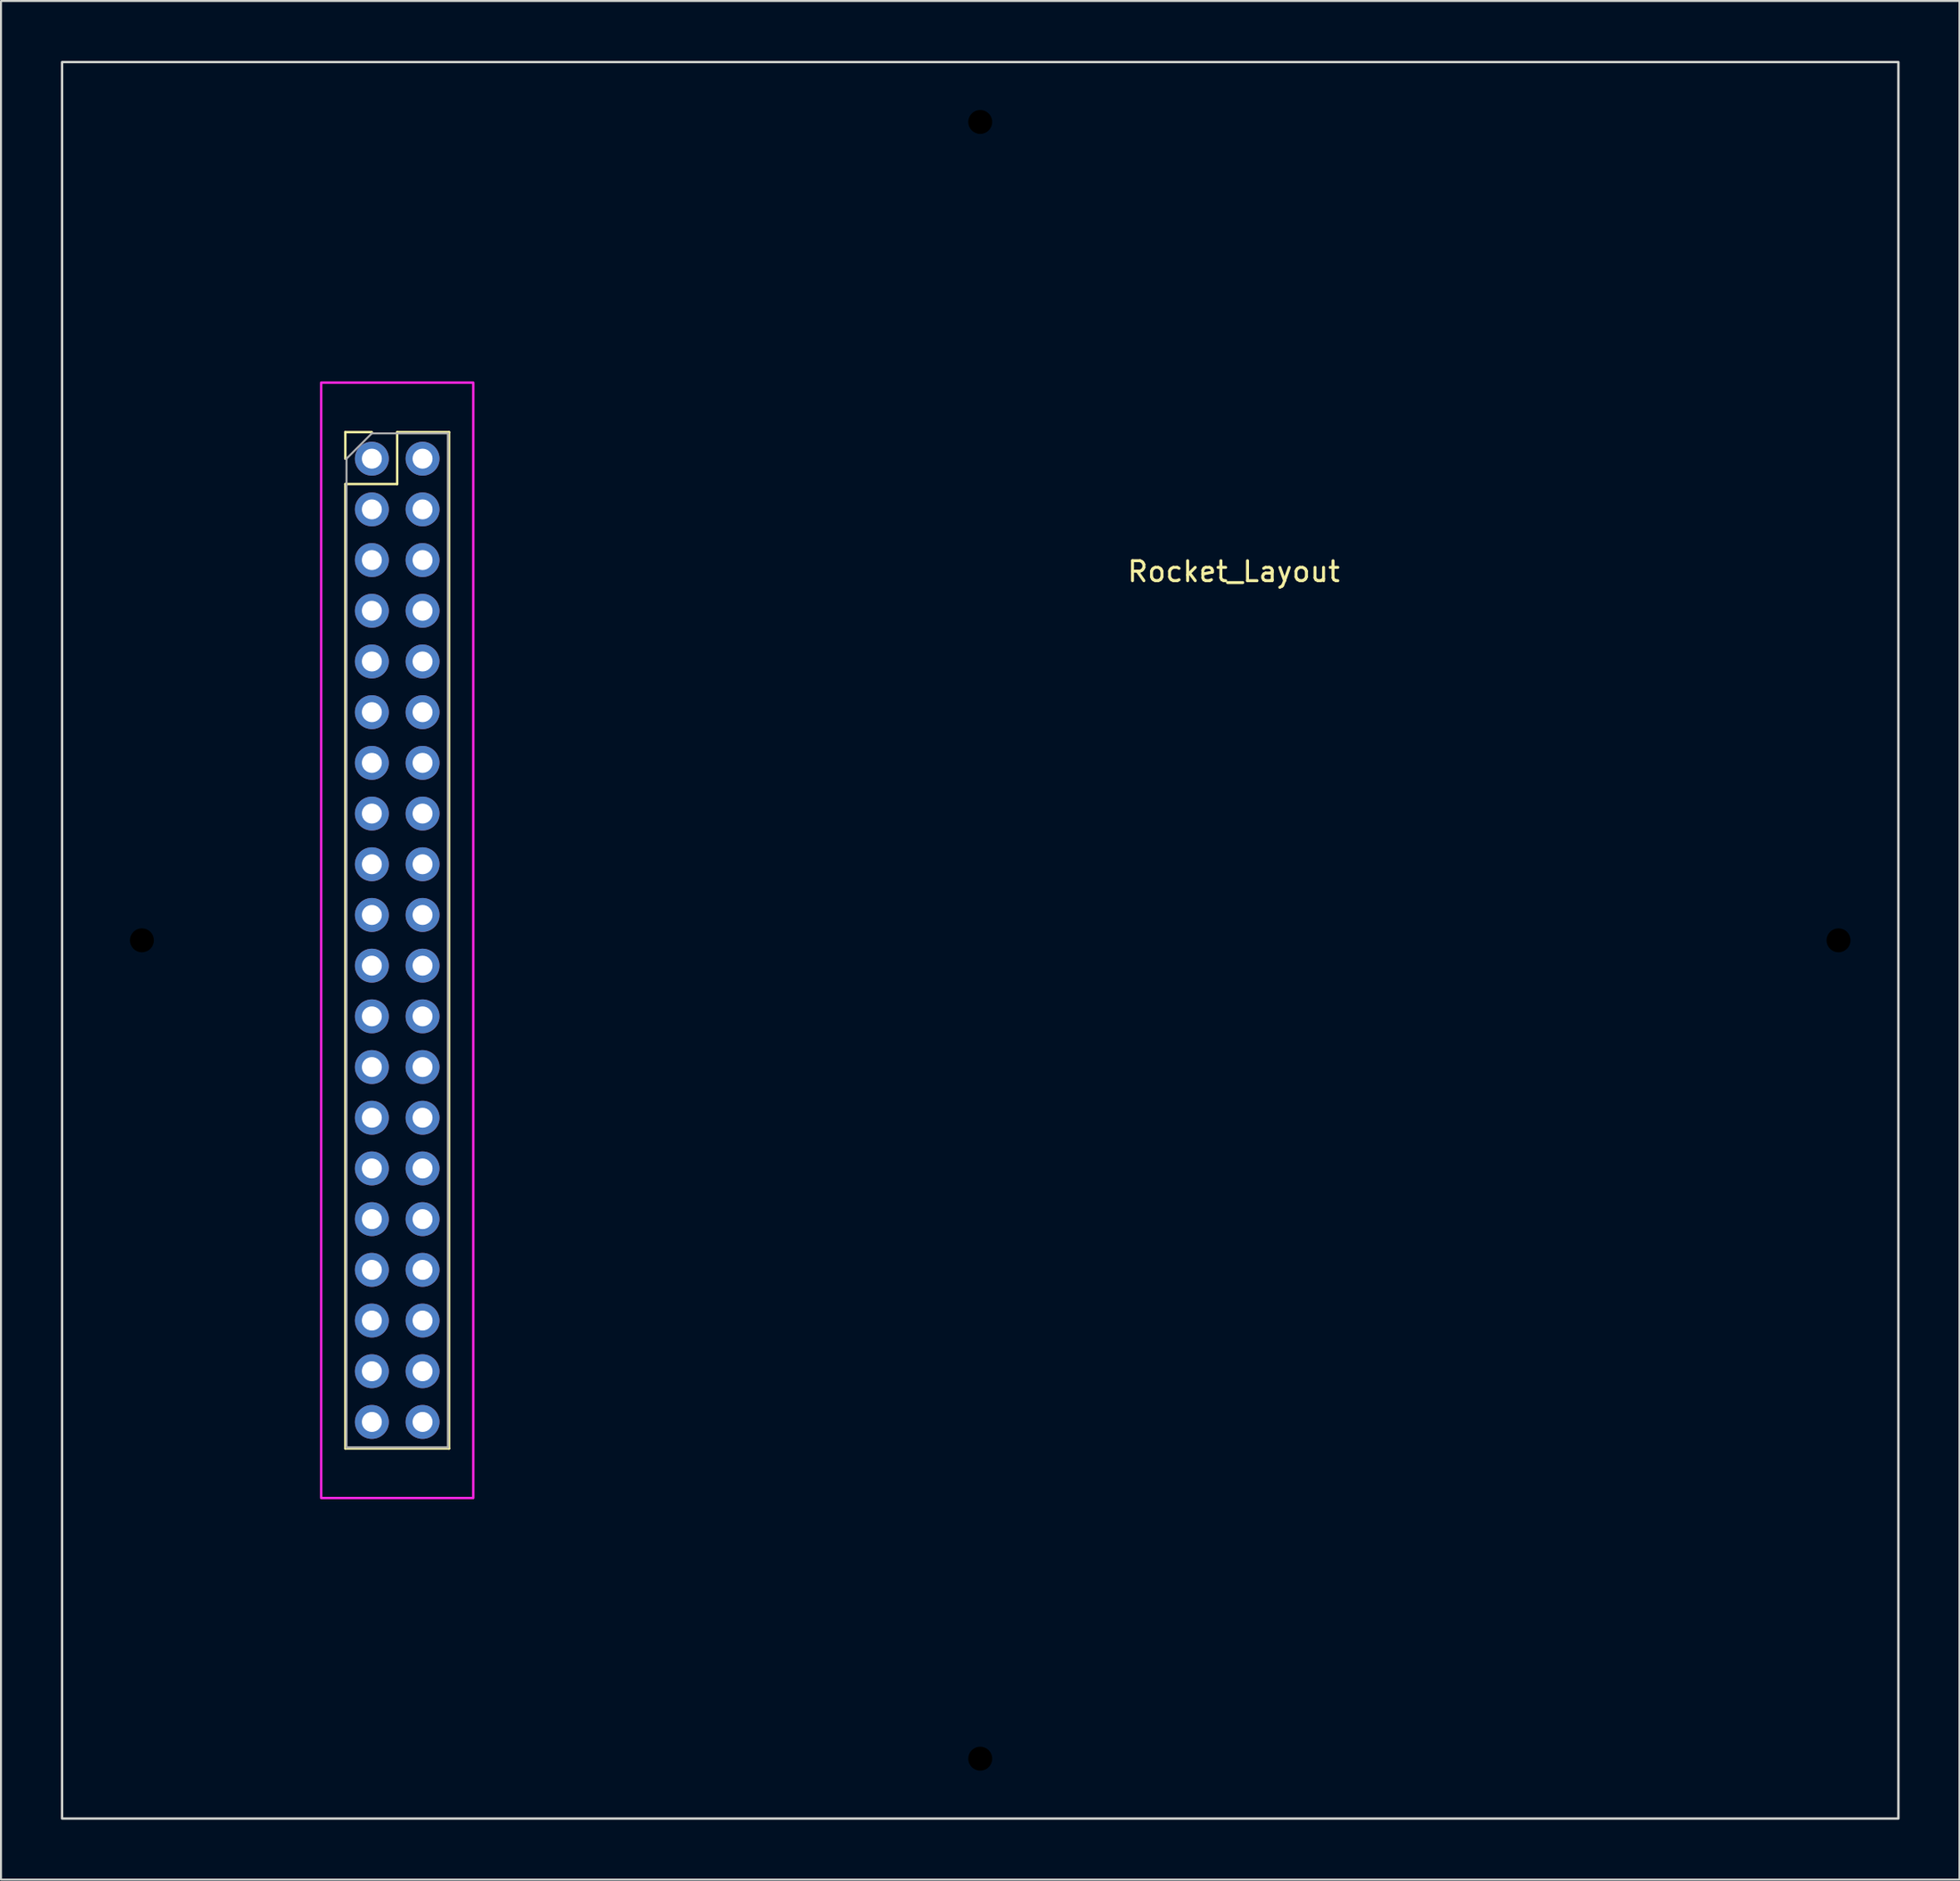
<source format=kicad_pcb>
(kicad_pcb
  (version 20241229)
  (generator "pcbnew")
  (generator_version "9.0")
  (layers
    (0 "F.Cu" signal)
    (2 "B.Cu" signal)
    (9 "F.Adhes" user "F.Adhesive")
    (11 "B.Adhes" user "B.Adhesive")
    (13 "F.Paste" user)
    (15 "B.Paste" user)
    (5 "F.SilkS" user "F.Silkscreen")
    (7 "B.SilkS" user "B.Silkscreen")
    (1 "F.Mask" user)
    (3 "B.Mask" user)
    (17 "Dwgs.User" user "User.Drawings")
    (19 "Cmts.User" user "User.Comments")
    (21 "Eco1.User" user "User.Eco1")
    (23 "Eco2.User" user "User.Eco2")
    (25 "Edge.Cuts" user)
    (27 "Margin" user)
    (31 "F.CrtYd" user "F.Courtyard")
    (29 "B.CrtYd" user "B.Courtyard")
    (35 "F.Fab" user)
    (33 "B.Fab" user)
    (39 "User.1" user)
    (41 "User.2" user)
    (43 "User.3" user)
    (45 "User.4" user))
  (footprint "Rocket_Layout"
    (layer "F.Cu")
    (at 46.06 44.06)
    (property "Reference" "Rocket_Layout" (at 12.7 -18.473 0) (unlocked yes) (layer "F.SilkS") (effects (font (size 1 1) (thickness 0.15))))
    (fp_line (start -31.81 -25.46) (end -30.48 -25.46) (stroke (width 0.12) (type solid)) (layer "F.SilkS"))
    (fp_line (start -31.81 -24.13) (end -31.81 -25.46) (stroke (width 0.12) (type solid)) (layer "F.SilkS"))
    (fp_line (start -31.81 -22.86) (end -31.81 25.46) (stroke (width 0.12) (type solid)) (layer "F.SilkS"))
    (fp_line (start -31.81 -22.86) (end -29.21 -22.86) (stroke (width 0.12) (type solid)) (layer "F.SilkS"))
    (fp_line (start -31.81 25.46) (end -26.61 25.46) (stroke (width 0.12) (type solid)) (layer "F.SilkS"))
    (fp_line (start -29.21 -25.46) (end -26.61 -25.46) (stroke (width 0.12) (type solid)) (layer "F.SilkS"))
    (fp_line (start -29.21 -22.86) (end -29.21 -25.46) (stroke (width 0.12) (type solid)) (layer "F.SilkS"))
    (fp_line (start -26.61 -25.46) (end -26.61 25.46) (stroke (width 0.12) (type solid)) (layer "F.SilkS"))
    (fp_rect (start -46 -44) (end 46 44) (stroke (width 0.12) (type solid)) (fill no) (layer "Edge.Cuts"))
    (fp_rect (start 38.6 37) (end -39 -38) (stroke (width 0.12) (type solid)) (fill no) (layer "Margin"))
    (fp_rect (start -33.02 -27.94) (end -25.4 27.94) (stroke (width 0.12) (type solid)) (fill no) (layer "F.CrtYd"))
    (fp_line (start -31.75 -24.13) (end -30.48 -25.4) (stroke (width 0.1) (type solid)) (layer "F.Fab"))
    (fp_line (start -31.75 25.4) (end -31.75 -24.13) (stroke (width 0.1) (type solid)) (layer "F.Fab"))
    (fp_line (start -30.48 -25.4) (end -26.67 -25.4) (stroke (width 0.1) (type solid)) (layer "F.Fab"))
    (fp_line (start -26.67 -25.4) (end -26.67 25.4) (stroke (width 0.1) (type solid)) (layer "F.Fab"))
    (fp_line (start -26.67 25.4) (end -31.75 25.4) (stroke (width 0.1) (type solid)) (layer "F.Fab"))
    (pad "" np_thru_hole circle (at -42 0) (size 2 2) (drill 1.2) (layers "*.Mask"))
    (pad "" np_thru_hole circle (at 0 -41) (size 2 2) (drill 1.2) (layers "*.Mask"))
    (pad "" np_thru_hole circle (at 0 41) (size 2 2) (drill 1.2) (layers "*.Mask"))
    (pad "" np_thru_hole circle (at 43 0) (size 2 2) (drill 1.2) (layers "*.Mask"))
    (pad "1" thru_hole circle (at -30.48 -24.13) (size 1.7 1.7) (drill 1) (layers "*.Cu" "*.Mask"))
    (pad "2" thru_hole circle (at -30.48 -21.59) (size 1.7 1.7) (drill 1) (layers "*.Cu" "*.Mask"))
    (pad "3" thru_hole circle (at -30.48 -19.05) (size 1.7 1.7) (drill 1) (layers "*.Cu" "*.Mask"))
    (pad "4" thru_hole circle (at -30.48 -16.51) (size 1.7 1.7) (drill 1) (layers "*.Cu" "*.Mask"))
    (pad "5" thru_hole circle (at -30.48 -13.97) (size 1.7 1.7) (drill 1) (layers "*.Cu" "*.Mask"))
    (pad "6" thru_hole circle (at -30.48 -11.43) (size 1.7 1.7) (drill 1) (layers "*.Cu" "*.Mask"))
    (pad "7" thru_hole circle (at -30.48 -8.89) (size 1.7 1.7) (drill 1) (layers "*.Cu" "*.Mask"))
    (pad "8" thru_hole circle (at -30.48 -6.35) (size 1.7 1.7) (drill 1) (layers "*.Cu" "*.Mask"))
    (pad "9" thru_hole circle (at -30.48 -3.81) (size 1.7 1.7) (drill 1) (layers "*.Cu" "*.Mask"))
    (pad "10" thru_hole circle (at -30.48 -1.27) (size 1.7 1.7) (drill 1) (layers "*.Cu" "*.Mask"))
    (pad "11" thru_hole circle (at -30.48 1.27) (size 1.7 1.7) (drill 1) (layers "*.Cu" "*.Mask"))
    (pad "12" thru_hole circle (at -30.48 3.81) (size 1.7 1.7) (drill 1) (layers "*.Cu" "*.Mask"))
    (pad "13" thru_hole circle (at -30.48 6.35) (size 1.7 1.7) (drill 1) (layers "*.Cu" "*.Mask"))
    (pad "14" thru_hole circle (at -30.48 8.89) (size 1.7 1.7) (drill 1) (layers "*.Cu" "*.Mask"))
    (pad "15" thru_hole circle (at -30.48 11.43) (size 1.7 1.7) (drill 1) (layers "*.Cu" "*.Mask"))
    (pad "16" thru_hole circle (at -30.48 13.97) (size 1.7 1.7) (drill 1) (layers "*.Cu" "*.Mask"))
    (pad "17" thru_hole circle (at -30.48 16.51) (size 1.7 1.7) (drill 1) (layers "*.Cu" "*.Mask"))
    (pad "18" thru_hole circle (at -30.48 19.05) (size 1.7 1.7) (drill 1) (layers "*.Cu" "*.Mask"))
    (pad "19" thru_hole circle (at -30.48 21.59) (size 1.7 1.7) (drill 1) (layers "*.Cu" "*.Mask"))
    (pad "20" thru_hole circle (at -30.48 24.13) (size 1.7 1.7) (drill 1) (layers "*.Cu" "*.Mask"))
    (pad "21" thru_hole circle (at -27.94 24.13) (size 1.7 1.7) (drill 1) (layers "*.Cu" "*.Mask"))
    (pad "22" thru_hole circle (at -27.94 21.59) (size 1.7 1.7) (drill 1) (layers "*.Cu" "*.Mask"))
    (pad "23" thru_hole circle (at -27.94 19.05) (size 1.7 1.7) (drill 1) (layers "*.Cu" "*.Mask"))
    (pad "24" thru_hole circle (at -27.94 16.51) (size 1.7 1.7) (drill 1) (layers "*.Cu" "*.Mask"))
    (pad "25" thru_hole circle (at -27.94 13.97) (size 1.7 1.7) (drill 1) (layers "*.Cu" "*.Mask"))
    (pad "26" thru_hole circle (at -27.94 11.43) (size 1.7 1.7) (drill 1) (layers "*.Cu" "*.Mask"))
    (pad "27" thru_hole circle (at -27.94 8.89) (size 1.7 1.7) (drill 1) (layers "*.Cu" "*.Mask"))
    (pad "28" thru_hole circle (at -27.94 6.35) (size 1.7 1.7) (drill 1) (layers "*.Cu" "*.Mask"))
    (pad "29" thru_hole circle (at -27.94 3.81) (size 1.7 1.7) (drill 1) (layers "*.Cu" "*.Mask"))
    (pad "30" thru_hole circle (at -27.94 1.27) (size 1.7 1.7) (drill 1) (layers "*.Cu" "*.Mask"))
    (pad "31" thru_hole circle (at -27.94 -1.27) (size 1.7 1.7) (drill 1) (layers "*.Cu" "*.Mask"))
    (pad "32" thru_hole circle (at -27.94 -3.81) (size 1.7 1.7) (drill 1) (layers "*.Cu" "*.Mask"))
    (pad "33" thru_hole circle (at -27.94 -6.35) (size 1.7 1.7) (drill 1) (layers "*.Cu" "*.Mask"))
    (pad "34" thru_hole circle (at -27.94 -8.89) (size 1.7 1.7) (drill 1) (layers "*.Cu" "*.Mask"))
    (pad "35" thru_hole circle (at -27.94 -11.43) (size 1.7 1.7) (drill 1) (layers "*.Cu" "*.Mask"))
    (pad "36" thru_hole circle (at -27.94 -13.97) (size 1.7 1.7) (drill 1) (layers "*.Cu" "*.Mask"))
    (pad "37" thru_hole circle (at -27.94 -16.51) (size 1.7 1.7) (drill 1) (layers "*.Cu" "*.Mask"))
    (pad "38" thru_hole circle (at -27.94 -19.05) (size 1.7 1.7) (drill 1) (layers "*.Cu" "*.Mask"))
    (pad "39" thru_hole circle (at -27.94 -21.59) (size 1.7 1.7) (drill 1) (layers "*.Cu" "*.Mask"))
    (pad "40" thru_hole circle (at -27.94 -24.13) (size 1.7 1.7) (drill 1) (layers "*.Cu" "*.Mask")))
  (gr_rect
    (start -3 -3)
    (end 95.12 91.12)
    (stroke (width 0.1) (type default))
    (fill no)
    (layer "Edge.Cuts")))
</source>
